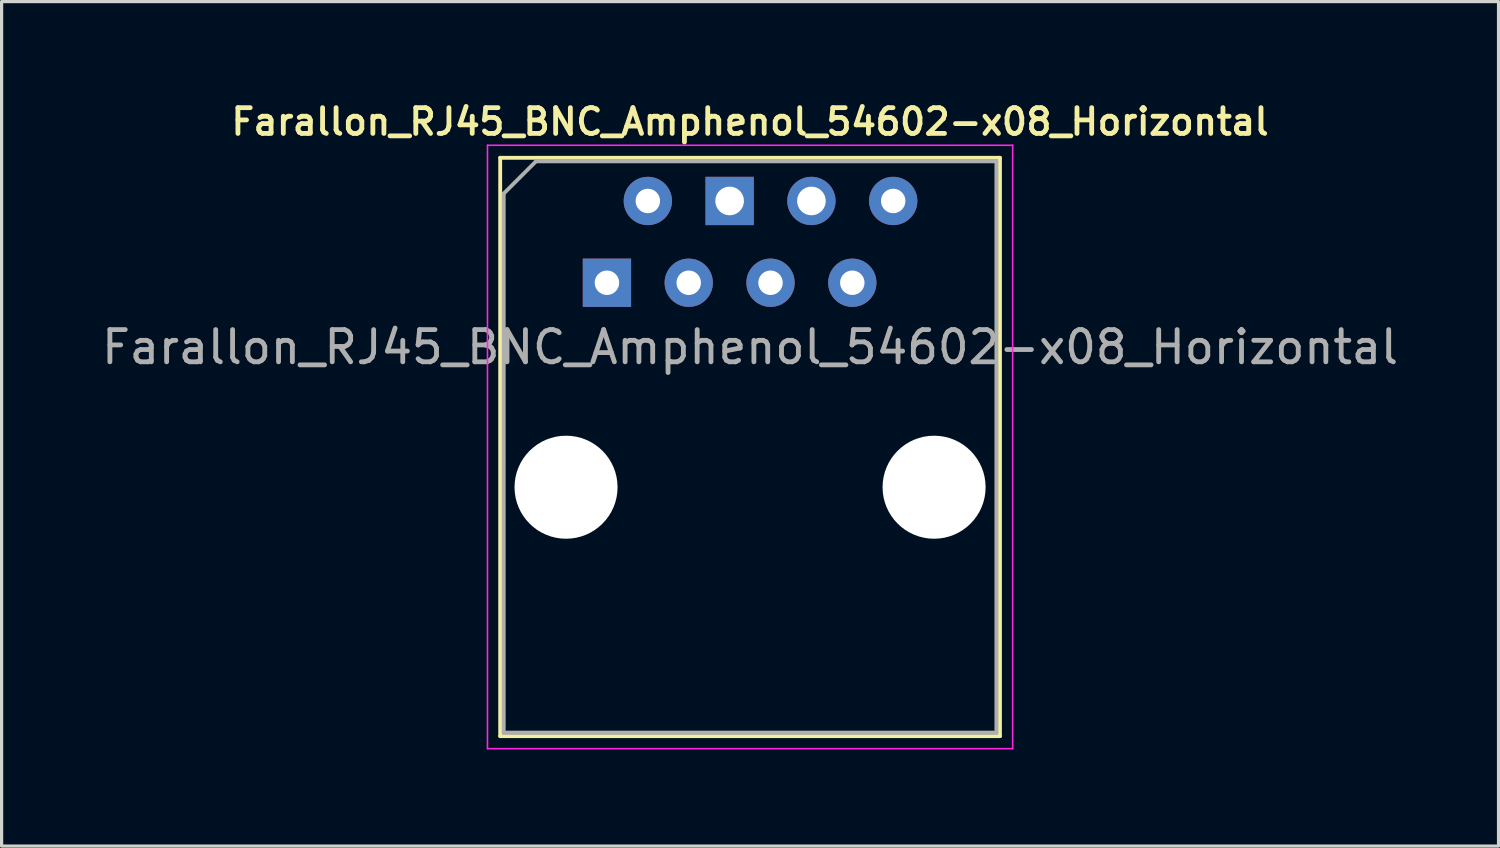
<source format=kicad_pcb>
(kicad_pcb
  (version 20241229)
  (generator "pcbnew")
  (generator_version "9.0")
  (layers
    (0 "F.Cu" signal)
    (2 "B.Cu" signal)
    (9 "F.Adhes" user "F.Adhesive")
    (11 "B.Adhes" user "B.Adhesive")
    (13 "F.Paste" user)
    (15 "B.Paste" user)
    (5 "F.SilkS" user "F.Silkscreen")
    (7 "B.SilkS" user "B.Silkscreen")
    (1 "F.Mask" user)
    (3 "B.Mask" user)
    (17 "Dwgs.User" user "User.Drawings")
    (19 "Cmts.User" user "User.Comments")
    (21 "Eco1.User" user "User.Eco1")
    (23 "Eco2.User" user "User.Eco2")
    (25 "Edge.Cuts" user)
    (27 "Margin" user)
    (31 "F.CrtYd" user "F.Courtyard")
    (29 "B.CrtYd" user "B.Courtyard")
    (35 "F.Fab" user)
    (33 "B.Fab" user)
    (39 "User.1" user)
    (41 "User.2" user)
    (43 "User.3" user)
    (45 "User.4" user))
  (footprint "Farallon_RJ45_BNC_Amphenol_54602-x08_Horizontal"
    (layer "F.Cu")
    (at 15.799 5.731)
    (property "Reference" "Farallon_RJ45_BNC_Amphenol_54602-x08_Horizontal" (at 4.445 -5 0) (layer "F.SilkS") (effects (font (size 0.8 0.8) (thickness 0.15))))
    (attr through_hole)
    (fp_line (start -3.315 -3.88) (end -3.315 14.08) (stroke (width 0.12) (type solid)) (layer "F.SilkS"))
    (fp_line (start -3.315 14.08) (end 12.205 14.08) (stroke (width 0.12) (type solid)) (layer "F.SilkS"))
    (fp_line (start 12.205 -3.88) (end -3.315 -3.88) (stroke (width 0.12) (type solid)) (layer "F.SilkS"))
    (fp_line (start 12.205 -3.88) (end 12.205 14.08) (stroke (width 0.12) (type solid)) (layer "F.SilkS"))
    (fp_line (start -3.71 -4.27) (end -3.71 14.47) (stroke (width 0.05) (type solid)) (layer "F.CrtYd"))
    (fp_line (start -3.71 -4.27) (end 12.6 -4.27) (stroke (width 0.05) (type solid)) (layer "F.CrtYd"))
    (fp_line (start 12.6 14.47) (end -3.71 14.47) (stroke (width 0.05) (type solid)) (layer "F.CrtYd"))
    (fp_line (start 12.6 14.47) (end 12.6 -4.27) (stroke (width 0.05) (type solid)) (layer "F.CrtYd"))
    (fp_line (start -3.205 -2.77) (end -2.205 -3.77) (stroke (width 0.12) (type solid)) (layer "F.Fab"))
    (fp_line (start -3.205 13.97) (end -3.205 -2.77) (stroke (width 0.12) (type solid)) (layer "F.Fab"))
    (fp_line (start -2.205 -3.77) (end 12.095 -3.77) (stroke (width 0.12) (type solid)) (layer "F.Fab"))
    (fp_line (start 12.095 -3.77) (end 12.095 13.97) (stroke (width 0.12) (type solid)) (layer "F.Fab"))
    (fp_line (start 12.095 13.97) (end -3.205 13.97) (stroke (width 0.12) (type solid)) (layer "F.Fab"))
    (fp_text user "${REFERENCE}" (at 4.445 2 0) (layer "F.Fab") (effects (font (size 1 1) (thickness 0.15))))
    (pad "" np_thru_hole circle (at -1.27 6.35) (size 3.2 3.2) (drill 3.2) (layers "*.Cu" "*.Mask"))
    (pad "" np_thru_hole circle (at 10.16 6.35) (size 3.2 3.2) (drill 3.2) (layers "*.Cu" "*.Mask"))
    (pad "1" thru_hole rect (at 0 0) (size 1.5 1.5) (drill 0.76) (layers "*.Cu" "*.Mask"))
    (pad "2" thru_hole circle (at 1.27 -2.54) (size 1.5 1.5) (drill 0.76) (layers "*.Cu" "*.Mask"))
    (pad "3" thru_hole circle (at 2.54 0) (size 1.5 1.5) (drill 0.76) (layers "*.Cu" "*.Mask"))
    (pad "4" thru_hole rect (at 3.81 -2.54) (size 1.5 1.5) (drill 0.89) (layers "*.Cu" "*.Mask"))
    (pad "5" thru_hole circle (at 5.08 0) (size 1.5 1.5) (drill 0.76) (layers "*.Cu" "*.Mask"))
    (pad "6" thru_hole circle (at 6.35 -2.54) (size 1.5 1.5) (drill 0.89) (layers "*.Cu" "*.Mask"))
    (pad "7" thru_hole circle (at 7.62 0) (size 1.5 1.5) (drill 0.76) (layers "*.Cu" "*.Mask"))
    (pad "8" thru_hole circle (at 8.89 -2.54) (size 1.5 1.5) (drill 0.76) (layers "*.Cu" "*.Mask")))
  (gr_rect
    (start -3 -3)
    (end 43.488 23.226)
    (stroke (width 0.1) (type default))
    (fill no)
    (layer "Edge.Cuts")))
</source>
